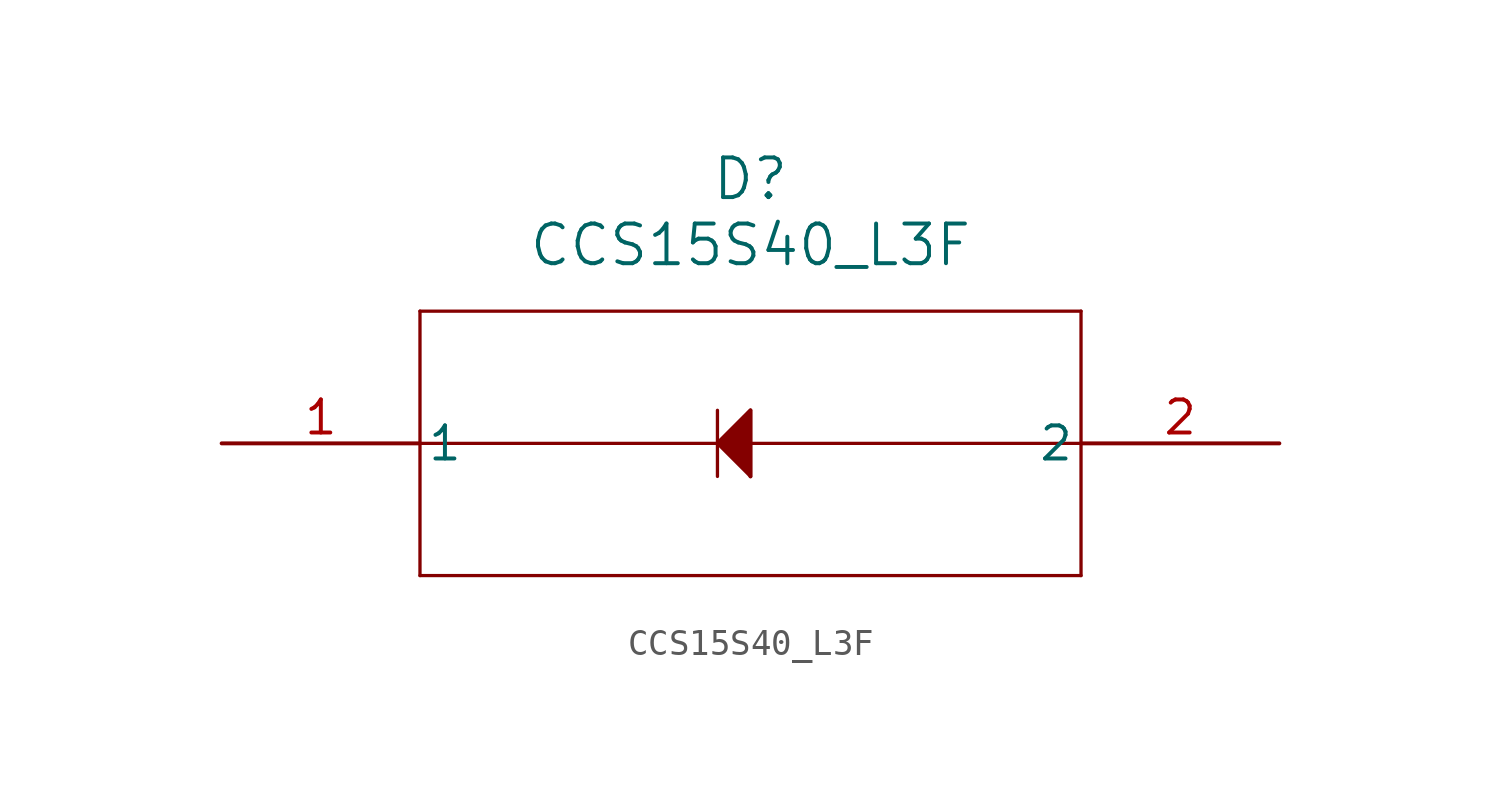
<source format=kicad_sym>
(kicad_symbol_lib
  (version 20211014)
  (generator kicad_symbol_editor)
  (symbol "CCS15S40_L3F"
    (pin_names
      (offset 0.254))
    (property "Reference" "D"
      (at 20.32 10.16 0)
      (effects (font (size 1.524 1.524))))
    (property "Value" "CCS15S40_L3F"
      (at 20.32 7.62 0)
      (effects (font (size 1.524 1.524))))
    (symbol "CCS15S40_L3F_0_1"
      (polyline (pts (xy 7.62 5.08) (xy 7.62 -5.08)) (stroke (width 0.127) (type default) (color 0 0 0 0)) (fill (type none)))
      (polyline (pts (xy 7.62 -5.08) (xy 33.02 -5.08)) (stroke (width 0.127) (type default) (color 0 0 0 0)) (fill (type none)))
      (polyline (pts (xy 33.02 -5.08) (xy 33.02 5.08)) (stroke (width 0.127) (type default) (color 0 0 0 0)) (fill (type none)))
      (polyline (pts (xy 33.02 5.08) (xy 7.62 5.08)) (stroke (width 0.127) (type default) (color 0 0 0 0)) (fill (type none)))
      (polyline (pts (xy 7.62 0) (xy 33.02 0)) (stroke (width 0.127) (type default) (color 0 0 0 0)) (fill (type none)))
      (polyline (pts (xy 19.05 1.27) (xy 19.05 -1.27)) (stroke (width 0.127) (type default) (color 0 0 0 0)) (fill (type none)))
      (polyline (pts (xy 19.05 0) (xy 20.32 1.27)) (stroke (width 0.127) (type default) (color 0 0 0 0)) (fill (type none)))
      (polyline (pts (xy 20.32 1.27) (xy 20.32 -1.27)) (stroke (width 0.127) (type default) (color 0 0 0 0)) (fill (type none)))
      (polyline (pts (xy 20.32 -1.27) (xy 19.05 0)) (stroke (width 0.127) (type default) (color 0 0 0 0)) (fill (type none)))
      (polyline (pts (xy 19.05 0) (xy 20.32 1.27) (xy 20.32 -1.27)) (stroke (width 0) (type default) (color 0 0 0 0)) (fill (type outline)))
      (pin unspecified line (at 0 0 0) (length 7.62) (name "1" (effects (font (size 1.27 1.27)))) (number "1" (effects (font (size 1.27 1.27)))))
      (pin unspecified line (at 40.64 0 180) (length 7.62) (name "2" (effects (font (size 1.27 1.27)))) (number "2" (effects (font (size 1.27 1.27))))))))
</source>
